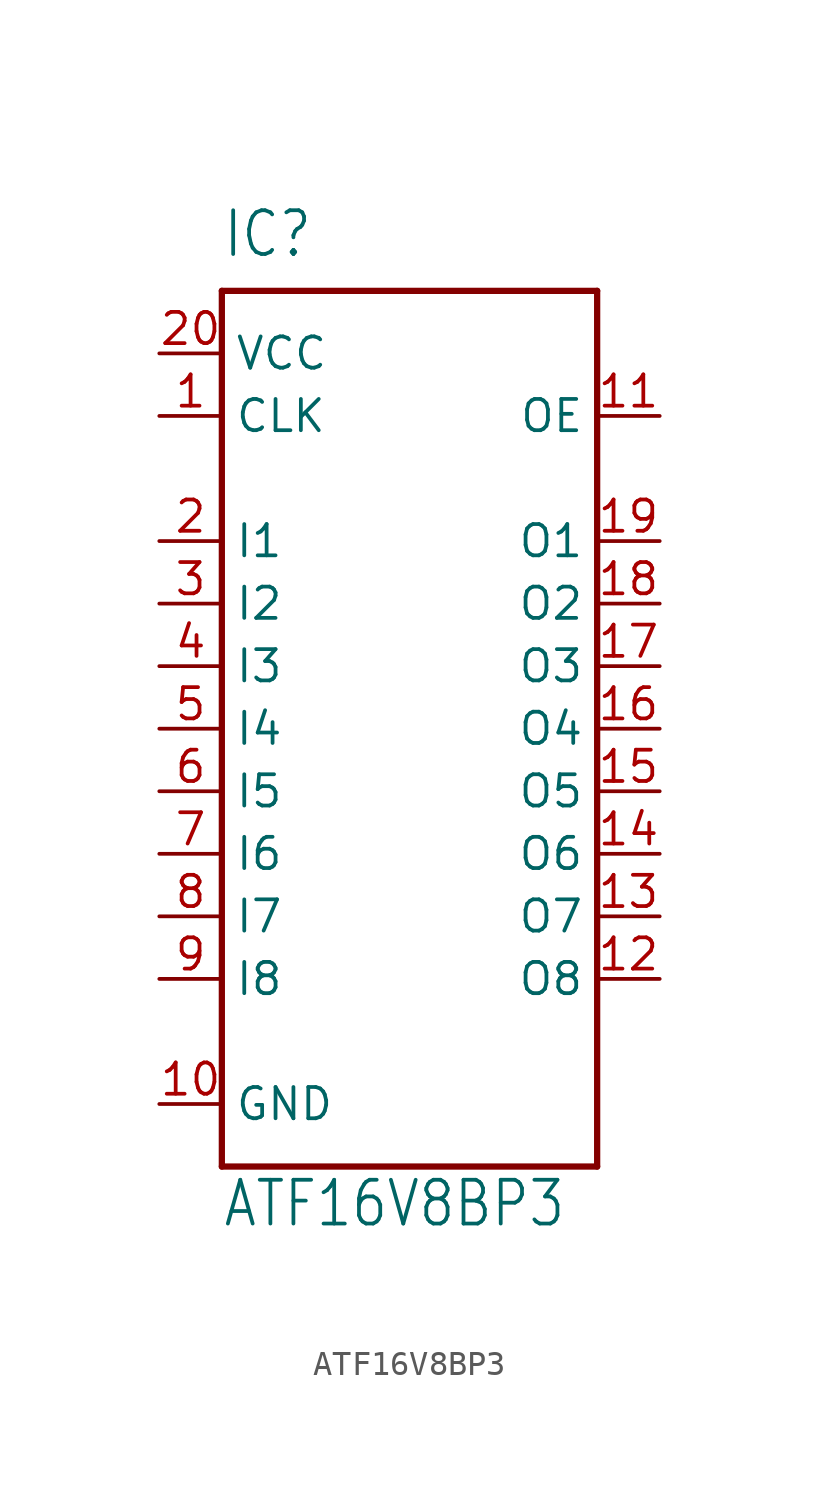
<source format=kicad_sym>
(kicad_symbol_lib
  (version 20220914)
  (generator kicad_symbol_editor)
  (symbol "ATF16V8BP3"
    (property "Reference" "IC"
      (at -7.62 19.05 0)
      (effects (font (size 1.778 1.511)) (justify left bottom)))
    (property "Value" "ATF16V8BP3"
      (at -7.62 -20.32 0)
      (effects (font (size 1.778 1.511)) (justify left bottom)))
    (property "ki_locked" ""
      (at 0 0 0)
      (effects (font (size 1.27 1.27))))
    (symbol "ATF16V8BP3_1_0"
      (polyline (pts (xy -7.62 -17.78) (xy -7.62 17.78)) (stroke (width 0.254) (type default)) (fill (type none)))
      (polyline (pts (xy -7.62 17.78) (xy 7.62 17.78)) (stroke (width 0.254) (type default)) (fill (type none)))
      (polyline (pts (xy 7.62 -17.78) (xy -7.62 -17.78)) (stroke (width 0.254) (type default)) (fill (type none)))
      (polyline (pts (xy 7.62 17.78) (xy 7.62 -17.78)) (stroke (width 0.254) (type default)) (fill (type none)))
      (pin input line (at -10.16 12.7 0) (length 2.54) (name "CLK" (effects (font (size 1.27 1.27)))) (number "1" (effects (font (size 1.27 1.27)))))
      (pin power_in line (at -10.16 -15.24 0) (length 2.54) (name "GND" (effects (font (size 1.27 1.27)))) (number "10" (effects (font (size 1.27 1.27)))))
      (pin input line (at 10.16 12.7 180) (length 2.54) (name "OE" (effects (font (size 1.27 1.27)))) (number "11" (effects (font (size 1.27 1.27)))))
      (pin output line (at 10.16 -10.16 180) (length 2.54) (name "O8" (effects (font (size 1.27 1.27)))) (number "12" (effects (font (size 1.27 1.27)))))
      (pin output line (at 10.16 -7.62 180) (length 2.54) (name "O7" (effects (font (size 1.27 1.27)))) (number "13" (effects (font (size 1.27 1.27)))))
      (pin output line (at 10.16 -5.08 180) (length 2.54) (name "O6" (effects (font (size 1.27 1.27)))) (number "14" (effects (font (size 1.27 1.27)))))
      (pin output line (at 10.16 -2.54 180) (length 2.54) (name "O5" (effects (font (size 1.27 1.27)))) (number "15" (effects (font (size 1.27 1.27)))))
      (pin output line (at 10.16 0 180) (length 2.54) (name "O4" (effects (font (size 1.27 1.27)))) (number "16" (effects (font (size 1.27 1.27)))))
      (pin output line (at 10.16 2.54 180) (length 2.54) (name "O3" (effects (font (size 1.27 1.27)))) (number "17" (effects (font (size 1.27 1.27)))))
      (pin output line (at 10.16 5.08 180) (length 2.54) (name "O2" (effects (font (size 1.27 1.27)))) (number "18" (effects (font (size 1.27 1.27)))))
      (pin output line (at 10.16 7.62 180) (length 2.54) (name "O1" (effects (font (size 1.27 1.27)))) (number "19" (effects (font (size 1.27 1.27)))))
      (pin input line (at -10.16 7.62 0) (length 2.54) (name "I1" (effects (font (size 1.27 1.27)))) (number "2" (effects (font (size 1.27 1.27)))))
      (pin power_in line (at -10.16 15.24 0) (length 2.54) (name "VCC" (effects (font (size 1.27 1.27)))) (number "20" (effects (font (size 1.27 1.27)))))
      (pin input line (at -10.16 5.08 0) (length 2.54) (name "I2" (effects (font (size 1.27 1.27)))) (number "3" (effects (font (size 1.27 1.27)))))
      (pin input line (at -10.16 2.54 0) (length 2.54) (name "I3" (effects (font (size 1.27 1.27)))) (number "4" (effects (font (size 1.27 1.27)))))
      (pin input line (at -10.16 0 0) (length 2.54) (name "I4" (effects (font (size 1.27 1.27)))) (number "5" (effects (font (size 1.27 1.27)))))
      (pin input line (at -10.16 -2.54 0) (length 2.54) (name "I5" (effects (font (size 1.27 1.27)))) (number "6" (effects (font (size 1.27 1.27)))))
      (pin input line (at -10.16 -5.08 0) (length 2.54) (name "I6" (effects (font (size 1.27 1.27)))) (number "7" (effects (font (size 1.27 1.27)))))
      (pin input line (at -10.16 -7.62 0) (length 2.54) (name "I7" (effects (font (size 1.27 1.27)))) (number "8" (effects (font (size 1.27 1.27)))))
      (pin input line (at -10.16 -10.16 0) (length 2.54) (name "I8" (effects (font (size 1.27 1.27)))) (number "9" (effects (font (size 1.27 1.27))))))))
</source>
